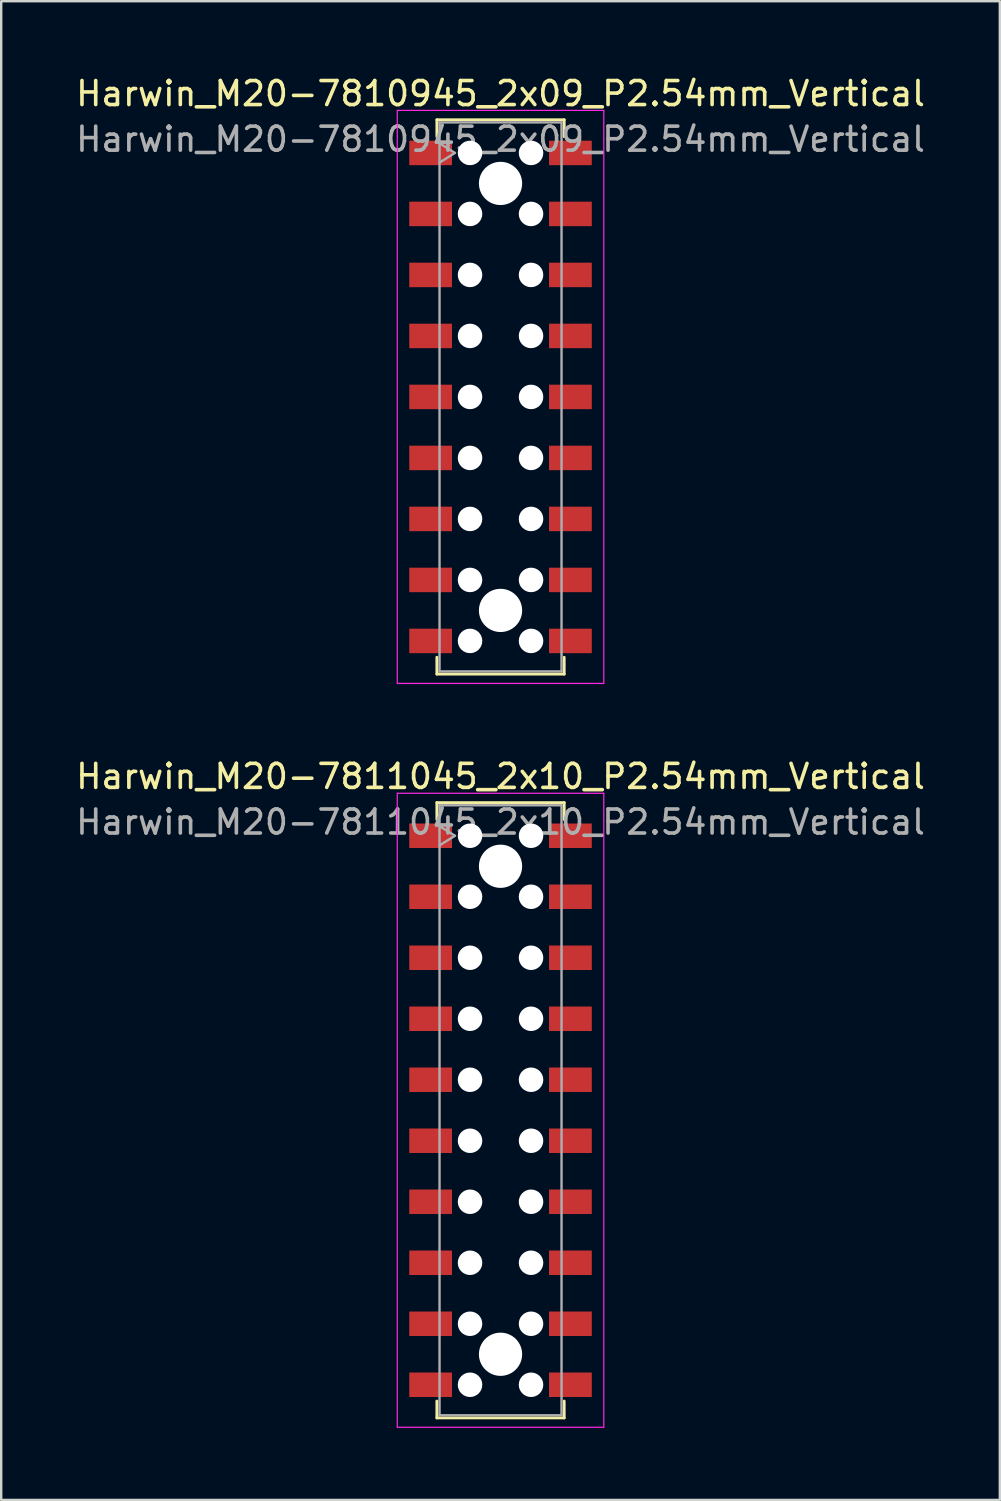
<source format=kicad_pcb>
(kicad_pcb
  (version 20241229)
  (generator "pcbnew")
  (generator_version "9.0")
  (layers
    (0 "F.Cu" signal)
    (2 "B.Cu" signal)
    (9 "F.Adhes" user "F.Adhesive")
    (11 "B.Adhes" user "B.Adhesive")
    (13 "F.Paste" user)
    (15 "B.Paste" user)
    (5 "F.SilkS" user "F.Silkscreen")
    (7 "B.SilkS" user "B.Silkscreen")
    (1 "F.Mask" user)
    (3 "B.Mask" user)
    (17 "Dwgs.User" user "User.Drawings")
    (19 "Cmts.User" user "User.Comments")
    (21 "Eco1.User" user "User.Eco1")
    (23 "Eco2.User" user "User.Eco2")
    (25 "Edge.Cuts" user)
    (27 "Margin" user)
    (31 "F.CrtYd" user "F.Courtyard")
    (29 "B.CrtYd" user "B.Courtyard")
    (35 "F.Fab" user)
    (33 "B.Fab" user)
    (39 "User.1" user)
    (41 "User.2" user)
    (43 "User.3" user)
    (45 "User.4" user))
  (footprint "Harwin_M20-7810945_2x09_P2.54mm_Vertical"
    (layer "F.Cu")
    (at 17.792 13.478)
    (property "Reference" "Harwin_M20-7810945_2x09_P2.54mm_Vertical" (at 0 -12.63 0) (layer "F.SilkS") (effects (font (size 1 1) (thickness 0.15))))
    (attr smd)
    (fp_line (start -2.65 -11.54) (end 2.65 -11.54) (stroke (width 0.12) (type solid)) (layer "F.SilkS"))
    (fp_line (start -2.65 -10.84) (end -2.65 -11.54) (stroke (width 0.12) (type solid)) (layer "F.SilkS"))
    (fp_line (start -2.65 10.84) (end -2.65 11.54) (stroke (width 0.12) (type solid)) (layer "F.SilkS"))
    (fp_line (start -2.65 11.54) (end 2.65 11.54) (stroke (width 0.12) (type solid)) (layer "F.SilkS"))
    (fp_line (start 2.65 -11.54) (end 2.65 -10.84) (stroke (width 0.12) (type solid)) (layer "F.SilkS"))
    (fp_line (start 2.65 11.54) (end 2.65 10.84) (stroke (width 0.12) (type solid)) (layer "F.SilkS"))
    (fp_line (start -4.3 -11.93) (end 4.3 -11.93) (stroke (width 0.05) (type solid)) (layer "F.CrtYd"))
    (fp_line (start -4.3 11.93) (end -4.3 -11.93) (stroke (width 0.05) (type solid)) (layer "F.CrtYd"))
    (fp_line (start 4.3 -11.93) (end 4.3 11.93) (stroke (width 0.05) (type solid)) (layer "F.CrtYd"))
    (fp_line (start 4.3 11.93) (end -4.3 11.93) (stroke (width 0.05) (type solid)) (layer "F.CrtYd"))
    (fp_line (start -2.54 -11.43) (end 2.54 -11.43) (stroke (width 0.1) (type solid)) (layer "F.Fab"))
    (fp_line (start -2.54 -10.56) (end -1.9 -10.16) (stroke (width 0.1) (type solid)) (layer "F.Fab"))
    (fp_line (start -2.54 11.43) (end -2.54 -11.43) (stroke (width 0.1) (type solid)) (layer "F.Fab"))
    (fp_line (start -1.9 -10.16) (end -2.54 -9.76) (stroke (width 0.1) (type solid)) (layer "F.Fab"))
    (fp_line (start 2.54 -11.43) (end 2.54 11.43) (stroke (width 0.1) (type solid)) (layer "F.Fab"))
    (fp_line (start 2.54 11.43) (end -2.54 11.43) (stroke (width 0.1) (type solid)) (layer "F.Fab"))
    (fp_text user "${REFERENCE}" (at 0 -10.73 0) (layer "F.Fab") (effects (font (size 1 1) (thickness 0.15))))
    (pad "" np_thru_hole circle (at -1.27 -10.16) (size 1.02 1.02) (drill 1.02) (layers "*.Cu" "*.Mask"))
    (pad "" np_thru_hole circle (at -1.27 -7.62) (size 1.02 1.02) (drill 1.02) (layers "*.Cu" "*.Mask"))
    (pad "" np_thru_hole circle (at -1.27 -5.08) (size 1.02 1.02) (drill 1.02) (layers "*.Cu" "*.Mask"))
    (pad "" np_thru_hole circle (at -1.27 -2.54) (size 1.02 1.02) (drill 1.02) (layers "*.Cu" "*.Mask"))
    (pad "" np_thru_hole circle (at -1.27 0) (size 1.02 1.02) (drill 1.02) (layers "*.Cu" "*.Mask"))
    (pad "" np_thru_hole circle (at -1.27 2.54) (size 1.02 1.02) (drill 1.02) (layers "*.Cu" "*.Mask"))
    (pad "" np_thru_hole circle (at -1.27 5.08) (size 1.02 1.02) (drill 1.02) (layers "*.Cu" "*.Mask"))
    (pad "" np_thru_hole circle (at -1.27 7.62) (size 1.02 1.02) (drill 1.02) (layers "*.Cu" "*.Mask"))
    (pad "" np_thru_hole circle (at -1.27 10.16) (size 1.02 1.02) (drill 1.02) (layers "*.Cu" "*.Mask"))
    (pad "" np_thru_hole circle (at 0 -8.89) (size 1.8 1.8) (drill 1.8) (layers "*.Cu" "*.Mask"))
    (pad "" np_thru_hole circle (at 0 8.89) (size 1.8 1.8) (drill 1.8) (layers "*.Cu" "*.Mask"))
    (pad "" np_thru_hole circle (at 1.27 -10.16) (size 1.02 1.02) (drill 1.02) (layers "*.Cu" "*.Mask"))
    (pad "" np_thru_hole circle (at 1.27 -7.62) (size 1.02 1.02) (drill 1.02) (layers "*.Cu" "*.Mask"))
    (pad "" np_thru_hole circle (at 1.27 -5.08) (size 1.02 1.02) (drill 1.02) (layers "*.Cu" "*.Mask"))
    (pad "" np_thru_hole circle (at 1.27 -2.54) (size 1.02 1.02) (drill 1.02) (layers "*.Cu" "*.Mask"))
    (pad "" np_thru_hole circle (at 1.27 0) (size 1.02 1.02) (drill 1.02) (layers "*.Cu" "*.Mask"))
    (pad "" np_thru_hole circle (at 1.27 2.54) (size 1.02 1.02) (drill 1.02) (layers "*.Cu" "*.Mask"))
    (pad "" np_thru_hole circle (at 1.27 5.08) (size 1.02 1.02) (drill 1.02) (layers "*.Cu" "*.Mask"))
    (pad "" np_thru_hole circle (at 1.27 7.62) (size 1.02 1.02) (drill 1.02) (layers "*.Cu" "*.Mask"))
    (pad "" np_thru_hole circle (at 1.27 10.16) (size 1.02 1.02) (drill 1.02) (layers "*.Cu" "*.Mask"))
    (pad "1" smd rect (at -2.91 -10.16) (size 1.78 1.02) (layers "F.Cu" "F.Mask" "F.Paste"))
    (pad "2" smd rect (at -2.91 -7.62) (size 1.78 1.02) (layers "F.Cu" "F.Mask" "F.Paste"))
    (pad "3" smd rect (at -2.91 -5.08) (size 1.78 1.02) (layers "F.Cu" "F.Mask" "F.Paste"))
    (pad "4" smd rect (at -2.91 -2.54) (size 1.78 1.02) (layers "F.Cu" "F.Mask" "F.Paste"))
    (pad "5" smd rect (at -2.91 0) (size 1.78 1.02) (layers "F.Cu" "F.Mask" "F.Paste"))
    (pad "6" smd rect (at -2.91 2.54) (size 1.78 1.02) (layers "F.Cu" "F.Mask" "F.Paste"))
    (pad "7" smd rect (at -2.91 5.08) (size 1.78 1.02) (layers "F.Cu" "F.Mask" "F.Paste"))
    (pad "8" smd rect (at -2.91 7.62) (size 1.78 1.02) (layers "F.Cu" "F.Mask" "F.Paste"))
    (pad "9" smd rect (at -2.91 10.16) (size 1.78 1.02) (layers "F.Cu" "F.Mask" "F.Paste"))
    (pad "10" smd rect (at 2.91 -10.16) (size 1.78 1.02) (layers "F.Cu" "F.Mask" "F.Paste"))
    (pad "11" smd rect (at 2.91 -7.62) (size 1.78 1.02) (layers "F.Cu" "F.Mask" "F.Paste"))
    (pad "12" smd rect (at 2.91 -5.08) (size 1.78 1.02) (layers "F.Cu" "F.Mask" "F.Paste"))
    (pad "13" smd rect (at 2.91 -2.54) (size 1.78 1.02) (layers "F.Cu" "F.Mask" "F.Paste"))
    (pad "14" smd rect (at 2.91 0) (size 1.78 1.02) (layers "F.Cu" "F.Mask" "F.Paste"))
    (pad "15" smd rect (at 2.91 2.54) (size 1.78 1.02) (layers "F.Cu" "F.Mask" "F.Paste"))
    (pad "16" smd rect (at 2.91 5.08) (size 1.78 1.02) (layers "F.Cu" "F.Mask" "F.Paste"))
    (pad "17" smd rect (at 2.91 7.62) (size 1.78 1.02) (layers "F.Cu" "F.Mask" "F.Paste"))
    (pad "18" smd rect (at 2.91 10.16) (size 1.78 1.02) (layers "F.Cu" "F.Mask" "F.Paste")))
  (footprint "Harwin_M20-7811045_2x10_P2.54mm_Vertical"
    (layer "F.Cu")
    (at 17.792 43.181)
    (property "Reference" "Harwin_M20-7811045_2x10_P2.54mm_Vertical" (at 0 -13.9 0) (layer "F.SilkS") (effects (font (size 1 1) (thickness 0.15))))
    (attr smd)
    (fp_line (start -2.65 -12.81) (end 2.65 -12.81) (stroke (width 0.12) (type solid)) (layer "F.SilkS"))
    (fp_line (start -2.65 -12.11) (end -2.65 -12.81) (stroke (width 0.12) (type solid)) (layer "F.SilkS"))
    (fp_line (start -2.65 12.11) (end -2.65 12.81) (stroke (width 0.12) (type solid)) (layer "F.SilkS"))
    (fp_line (start -2.65 12.81) (end 2.65 12.81) (stroke (width 0.12) (type solid)) (layer "F.SilkS"))
    (fp_line (start 2.65 -12.81) (end 2.65 -12.11) (stroke (width 0.12) (type solid)) (layer "F.SilkS"))
    (fp_line (start 2.65 12.81) (end 2.65 12.11) (stroke (width 0.12) (type solid)) (layer "F.SilkS"))
    (fp_line (start -4.3 -13.2) (end 4.3 -13.2) (stroke (width 0.05) (type solid)) (layer "F.CrtYd"))
    (fp_line (start -4.3 13.2) (end -4.3 -13.2) (stroke (width 0.05) (type solid)) (layer "F.CrtYd"))
    (fp_line (start 4.3 -13.2) (end 4.3 13.2) (stroke (width 0.05) (type solid)) (layer "F.CrtYd"))
    (fp_line (start 4.3 13.2) (end -4.3 13.2) (stroke (width 0.05) (type solid)) (layer "F.CrtYd"))
    (fp_line (start -2.54 -12.7) (end 2.54 -12.7) (stroke (width 0.1) (type solid)) (layer "F.Fab"))
    (fp_line (start -2.54 -11.83) (end -1.9 -11.43) (stroke (width 0.1) (type solid)) (layer "F.Fab"))
    (fp_line (start -2.54 12.7) (end -2.54 -12.7) (stroke (width 0.1) (type solid)) (layer "F.Fab"))
    (fp_line (start -1.9 -11.43) (end -2.54 -11.03) (stroke (width 0.1) (type solid)) (layer "F.Fab"))
    (fp_line (start 2.54 -12.7) (end 2.54 12.7) (stroke (width 0.1) (type solid)) (layer "F.Fab"))
    (fp_line (start 2.54 12.7) (end -2.54 12.7) (stroke (width 0.1) (type solid)) (layer "F.Fab"))
    (fp_text user "${REFERENCE}" (at 0 -12 0) (layer "F.Fab") (effects (font (size 1 1) (thickness 0.15))))
    (pad "" np_thru_hole circle (at -1.27 -11.43) (size 1.02 1.02) (drill 1.02) (layers "*.Cu" "*.Mask"))
    (pad "" np_thru_hole circle (at -1.27 -8.89) (size 1.02 1.02) (drill 1.02) (layers "*.Cu" "*.Mask"))
    (pad "" np_thru_hole circle (at -1.27 -6.35) (size 1.02 1.02) (drill 1.02) (layers "*.Cu" "*.Mask"))
    (pad "" np_thru_hole circle (at -1.27 -3.81) (size 1.02 1.02) (drill 1.02) (layers "*.Cu" "*.Mask"))
    (pad "" np_thru_hole circle (at -1.27 -1.27) (size 1.02 1.02) (drill 1.02) (layers "*.Cu" "*.Mask"))
    (pad "" np_thru_hole circle (at -1.27 1.27) (size 1.02 1.02) (drill 1.02) (layers "*.Cu" "*.Mask"))
    (pad "" np_thru_hole circle (at -1.27 3.81) (size 1.02 1.02) (drill 1.02) (layers "*.Cu" "*.Mask"))
    (pad "" np_thru_hole circle (at -1.27 6.35) (size 1.02 1.02) (drill 1.02) (layers "*.Cu" "*.Mask"))
    (pad "" np_thru_hole circle (at -1.27 8.89) (size 1.02 1.02) (drill 1.02) (layers "*.Cu" "*.Mask"))
    (pad "" np_thru_hole circle (at -1.27 11.43) (size 1.02 1.02) (drill 1.02) (layers "*.Cu" "*.Mask"))
    (pad "" np_thru_hole circle (at 0 -10.16) (size 1.8 1.8) (drill 1.8) (layers "*.Cu" "*.Mask"))
    (pad "" np_thru_hole circle (at 0 10.16) (size 1.8 1.8) (drill 1.8) (layers "*.Cu" "*.Mask"))
    (pad "" np_thru_hole circle (at 1.27 -11.43) (size 1.02 1.02) (drill 1.02) (layers "*.Cu" "*.Mask"))
    (pad "" np_thru_hole circle (at 1.27 -8.89) (size 1.02 1.02) (drill 1.02) (layers "*.Cu" "*.Mask"))
    (pad "" np_thru_hole circle (at 1.27 -6.35) (size 1.02 1.02) (drill 1.02) (layers "*.Cu" "*.Mask"))
    (pad "" np_thru_hole circle (at 1.27 -3.81) (size 1.02 1.02) (drill 1.02) (layers "*.Cu" "*.Mask"))
    (pad "" np_thru_hole circle (at 1.27 -1.27) (size 1.02 1.02) (drill 1.02) (layers "*.Cu" "*.Mask"))
    (pad "" np_thru_hole circle (at 1.27 1.27) (size 1.02 1.02) (drill 1.02) (layers "*.Cu" "*.Mask"))
    (pad "" np_thru_hole circle (at 1.27 3.81) (size 1.02 1.02) (drill 1.02) (layers "*.Cu" "*.Mask"))
    (pad "" np_thru_hole circle (at 1.27 6.35) (size 1.02 1.02) (drill 1.02) (layers "*.Cu" "*.Mask"))
    (pad "" np_thru_hole circle (at 1.27 8.89) (size 1.02 1.02) (drill 1.02) (layers "*.Cu" "*.Mask"))
    (pad "" np_thru_hole circle (at 1.27 11.43) (size 1.02 1.02) (drill 1.02) (layers "*.Cu" "*.Mask"))
    (pad "1" smd rect (at -2.91 -11.43) (size 1.78 1.02) (layers "F.Cu" "F.Mask" "F.Paste"))
    (pad "2" smd rect (at -2.91 -8.89) (size 1.78 1.02) (layers "F.Cu" "F.Mask" "F.Paste"))
    (pad "3" smd rect (at -2.91 -6.35) (size 1.78 1.02) (layers "F.Cu" "F.Mask" "F.Paste"))
    (pad "4" smd rect (at -2.91 -3.81) (size 1.78 1.02) (layers "F.Cu" "F.Mask" "F.Paste"))
    (pad "5" smd rect (at -2.91 -1.27) (size 1.78 1.02) (layers "F.Cu" "F.Mask" "F.Paste"))
    (pad "6" smd rect (at -2.91 1.27) (size 1.78 1.02) (layers "F.Cu" "F.Mask" "F.Paste"))
    (pad "7" smd rect (at -2.91 3.81) (size 1.78 1.02) (layers "F.Cu" "F.Mask" "F.Paste"))
    (pad "8" smd rect (at -2.91 6.35) (size 1.78 1.02) (layers "F.Cu" "F.Mask" "F.Paste"))
    (pad "9" smd rect (at -2.91 8.89) (size 1.78 1.02) (layers "F.Cu" "F.Mask" "F.Paste"))
    (pad "10" smd rect (at -2.91 11.43) (size 1.78 1.02) (layers "F.Cu" "F.Mask" "F.Paste"))
    (pad "11" smd rect (at 2.91 -11.43) (size 1.78 1.02) (layers "F.Cu" "F.Mask" "F.Paste"))
    (pad "12" smd rect (at 2.91 -8.89) (size 1.78 1.02) (layers "F.Cu" "F.Mask" "F.Paste"))
    (pad "13" smd rect (at 2.91 -6.35) (size 1.78 1.02) (layers "F.Cu" "F.Mask" "F.Paste"))
    (pad "14" smd rect (at 2.91 -3.81) (size 1.78 1.02) (layers "F.Cu" "F.Mask" "F.Paste"))
    (pad "15" smd rect (at 2.91 -1.27) (size 1.78 1.02) (layers "F.Cu" "F.Mask" "F.Paste"))
    (pad "16" smd rect (at 2.91 1.27) (size 1.78 1.02) (layers "F.Cu" "F.Mask" "F.Paste"))
    (pad "17" smd rect (at 2.91 3.81) (size 1.78 1.02) (layers "F.Cu" "F.Mask" "F.Paste"))
    (pad "18" smd rect (at 2.91 6.35) (size 1.78 1.02) (layers "F.Cu" "F.Mask" "F.Paste"))
    (pad "19" smd rect (at 2.91 8.89) (size 1.78 1.02) (layers "F.Cu" "F.Mask" "F.Paste"))
    (pad "20" smd rect (at 2.91 11.43) (size 1.78 1.02) (layers "F.Cu" "F.Mask" "F.Paste")))
  (gr_rect
    (start -3 -3)
    (end 38.583 59.407)
    (stroke (width 0.1) (type default))
    (fill no)
    (layer "Edge.Cuts")))
</source>
